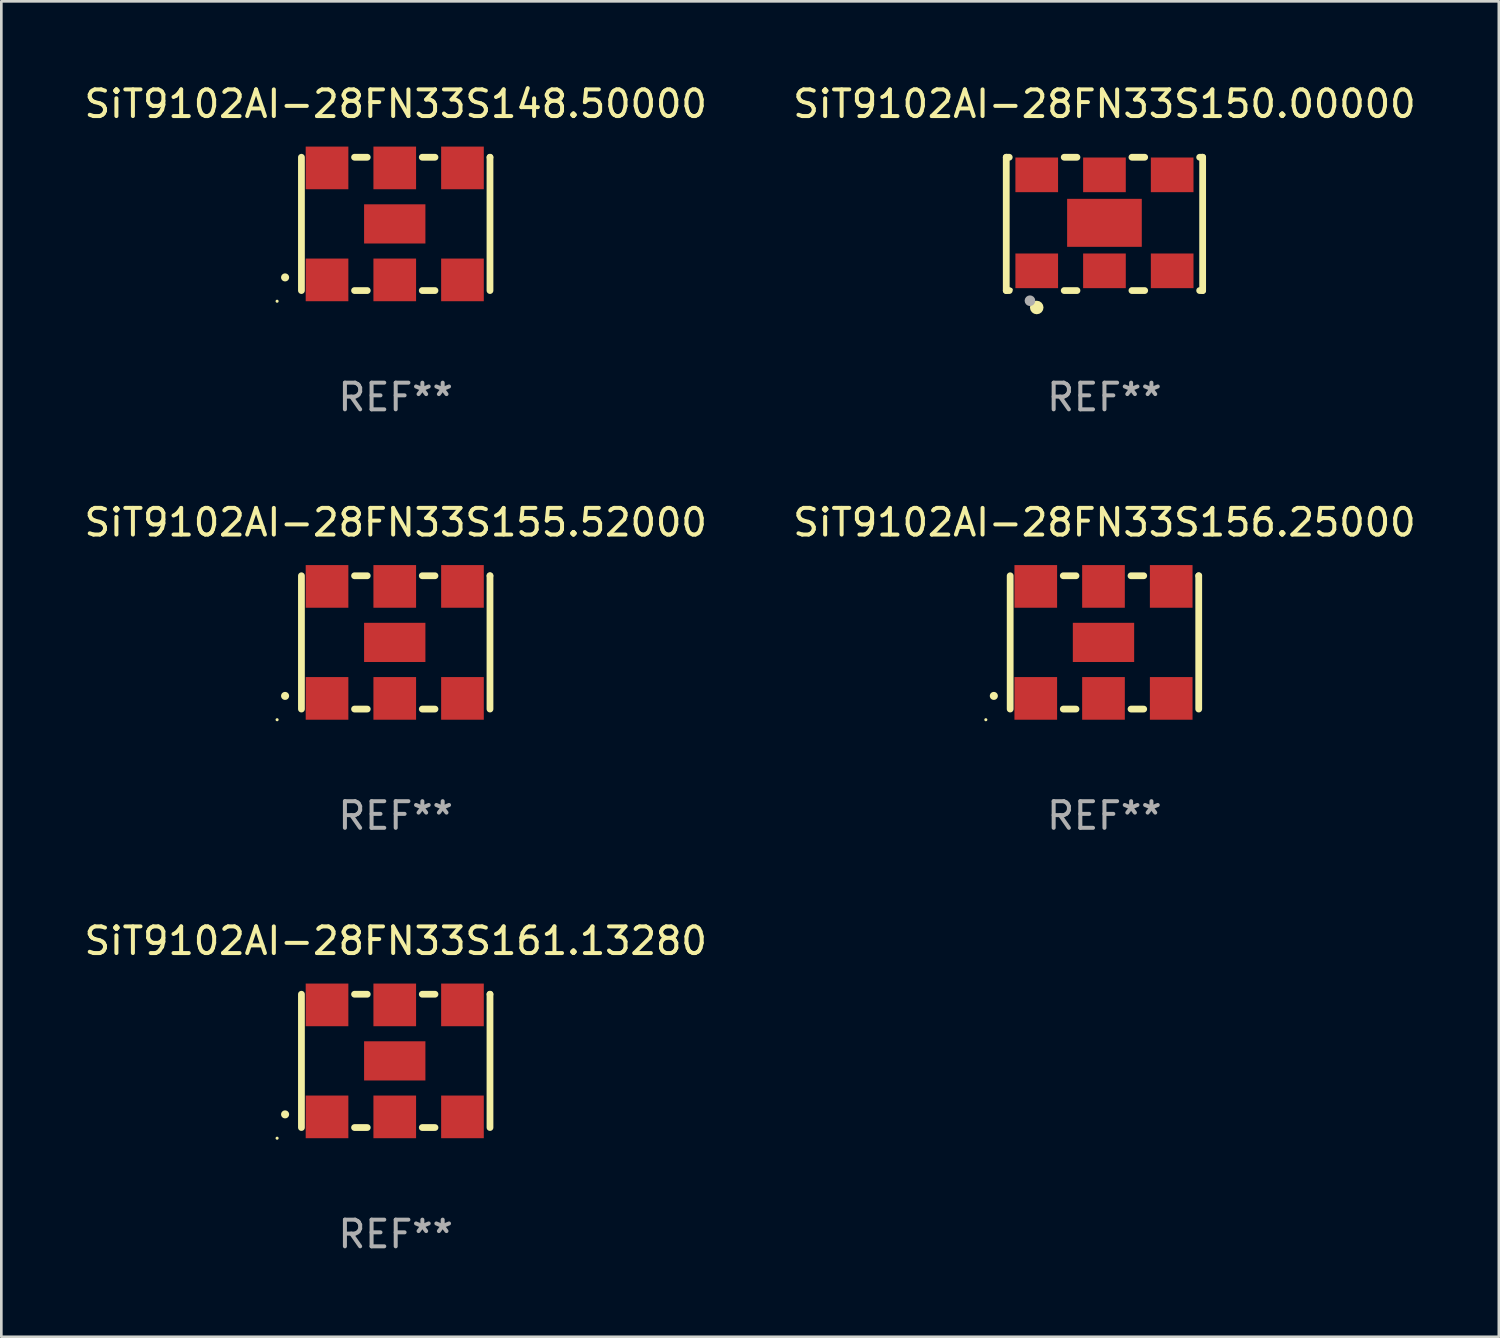
<source format=kicad_pcb>
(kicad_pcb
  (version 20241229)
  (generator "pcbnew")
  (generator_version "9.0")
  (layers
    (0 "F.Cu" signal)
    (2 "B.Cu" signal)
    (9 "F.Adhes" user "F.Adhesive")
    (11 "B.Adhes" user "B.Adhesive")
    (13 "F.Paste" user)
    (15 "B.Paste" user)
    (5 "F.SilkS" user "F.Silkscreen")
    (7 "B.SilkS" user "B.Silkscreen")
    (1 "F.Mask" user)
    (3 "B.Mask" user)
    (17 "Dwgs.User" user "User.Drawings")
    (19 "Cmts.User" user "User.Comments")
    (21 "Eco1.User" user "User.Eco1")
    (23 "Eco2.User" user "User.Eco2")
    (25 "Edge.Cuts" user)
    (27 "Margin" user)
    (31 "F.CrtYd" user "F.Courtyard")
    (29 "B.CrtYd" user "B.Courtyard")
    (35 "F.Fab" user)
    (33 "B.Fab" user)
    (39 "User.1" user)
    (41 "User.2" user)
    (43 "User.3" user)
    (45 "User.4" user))
  (footprint "SiT9102AI-28FN33S155.52000"
    (layer "F.Cu")
    (at 11.792 21.045)
    (property "Reference" "SiT9102AI-28FN33S155.52000" (at 0 -4.5 0) (layer "F.SilkS") (effects (font (size 1 1) (thickness 0.15))))
    (attr through_hole)
    (fp_line (start -3.536 -2.5) (end -3.536 2.5) (stroke (width 0.254) (type solid)) (layer "F.SilkS"))
    (fp_line (start -1.544 2.5) (end -1.067 2.5) (stroke (width 0.254) (type solid)) (layer "F.SilkS"))
    (fp_line (start -1.067 -2.5) (end -1.544 -2.5) (stroke (width 0.254) (type solid)) (layer "F.SilkS"))
    (fp_line (start 0.996 2.5) (end 1.473 2.5) (stroke (width 0.254) (type solid)) (layer "F.SilkS"))
    (fp_line (start 1.473 -2.5) (end 0.996 -2.5) (stroke (width 0.254) (type solid)) (layer "F.SilkS"))
    (fp_line (start 3.536 -2.5) (end 3.536 -2.5) (stroke (width 0.254) (type solid)) (layer "F.SilkS"))
    (fp_line (start 3.536 2.5) (end 3.536 -2.5) (stroke (width 0.254) (type solid)) (layer "F.SilkS"))
    (fp_arc (start -4.150432 2.006604) (mid -4.149162 2.006599) (end -4.147892 2.006604) (stroke (width 0.3) (type solid)) (layer "F.SilkS"))
    (fp_circle (center -4.449 2.9) (end -4.419 2.9) (stroke (width 0.06) (type solid)) (fill no) (layer "F.SilkS"))
    (fp_text user "REF**" (at 0 6.5 0) (layer "F.Fab") (effects (font (size 1 1) (thickness 0.15))))
    (pad "1" smd rect (at -2.576 2.1) (size 1.6 1.6) (layers "F.Cu" "F.Mask" "F.Paste"))
    (pad "2" smd rect (at -0.036 2.1) (size 1.6 1.6) (layers "F.Cu" "F.Mask" "F.Paste"))
    (pad "3" smd rect (at 2.504 2.1) (size 1.6 1.6) (layers "F.Cu" "F.Mask" "F.Paste"))
    (pad "4" smd rect (at 2.504 -2.1) (size 1.6 1.6) (layers "F.Cu" "F.Mask" "F.Paste"))
    (pad "5" smd rect (at -0.036 -2.1) (size 1.6 1.6) (layers "F.Cu" "F.Mask" "F.Paste"))
    (pad "6" smd rect (at -2.576 -2.1) (size 1.6 1.6) (layers "F.Cu" "F.Mask" "F.Paste"))
    (pad "7" smd rect (at -0.036 0) (size 2.3 1.47) (layers "F.Cu" "F.Mask" "F.Paste")))
  (footprint "SiT9102AI-28FN33S156.25000"
    (layer "F.Cu")
    (at 38.375 21.045)
    (property "Reference" "SiT9102AI-28FN33S156.25000" (at 0 -4.5 0) (layer "F.SilkS") (effects (font (size 1 1) (thickness 0.15))))
    (attr through_hole)
    (fp_line (start -3.536 -2.5) (end -3.536 2.5) (stroke (width 0.254) (type solid)) (layer "F.SilkS"))
    (fp_line (start -1.544 2.5) (end -1.067 2.5) (stroke (width 0.254) (type solid)) (layer "F.SilkS"))
    (fp_line (start -1.067 -2.5) (end -1.544 -2.5) (stroke (width 0.254) (type solid)) (layer "F.SilkS"))
    (fp_line (start 0.996 2.5) (end 1.473 2.5) (stroke (width 0.254) (type solid)) (layer "F.SilkS"))
    (fp_line (start 1.473 -2.5) (end 0.996 -2.5) (stroke (width 0.254) (type solid)) (layer "F.SilkS"))
    (fp_line (start 3.536 -2.5) (end 3.536 -2.5) (stroke (width 0.254) (type solid)) (layer "F.SilkS"))
    (fp_line (start 3.536 2.5) (end 3.536 -2.5) (stroke (width 0.254) (type solid)) (layer "F.SilkS"))
    (fp_arc (start -4.150432 2.006604) (mid -4.149162 2.006599) (end -4.147892 2.006604) (stroke (width 0.3) (type solid)) (layer "F.SilkS"))
    (fp_circle (center -4.449 2.9) (end -4.419 2.9) (stroke (width 0.06) (type solid)) (fill no) (layer "F.SilkS"))
    (fp_text user "REF**" (at 0 6.5 0) (layer "F.Fab") (effects (font (size 1 1) (thickness 0.15))))
    (pad "1" smd rect (at -2.576 2.1) (size 1.6 1.6) (layers "F.Cu" "F.Mask" "F.Paste"))
    (pad "2" smd rect (at -0.036 2.1) (size 1.6 1.6) (layers "F.Cu" "F.Mask" "F.Paste"))
    (pad "3" smd rect (at 2.504 2.1) (size 1.6 1.6) (layers "F.Cu" "F.Mask" "F.Paste"))
    (pad "4" smd rect (at 2.504 -2.1) (size 1.6 1.6) (layers "F.Cu" "F.Mask" "F.Paste"))
    (pad "5" smd rect (at -0.036 -2.1) (size 1.6 1.6) (layers "F.Cu" "F.Mask" "F.Paste"))
    (pad "6" smd rect (at -2.576 -2.1) (size 1.6 1.6) (layers "F.Cu" "F.Mask" "F.Paste"))
    (pad "7" smd rect (at -0.036 0) (size 2.3 1.47) (layers "F.Cu" "F.Mask" "F.Paste")))
  (footprint "SiT9102AI-28FN33S148.50000"
    (layer "F.Cu")
    (at 11.792 5.348)
    (property "Reference" "SiT9102AI-28FN33S148.50000" (at 0 -4.5 0) (layer "F.SilkS") (effects (font (size 1 1) (thickness 0.15))))
    (attr through_hole)
    (fp_line (start -3.536 -2.5) (end -3.536 2.5) (stroke (width 0.254) (type solid)) (layer "F.SilkS"))
    (fp_line (start -1.544 2.5) (end -1.067 2.5) (stroke (width 0.254) (type solid)) (layer "F.SilkS"))
    (fp_line (start -1.067 -2.5) (end -1.544 -2.5) (stroke (width 0.254) (type solid)) (layer "F.SilkS"))
    (fp_line (start 0.996 2.5) (end 1.473 2.5) (stroke (width 0.254) (type solid)) (layer "F.SilkS"))
    (fp_line (start 1.473 -2.5) (end 0.996 -2.5) (stroke (width 0.254) (type solid)) (layer "F.SilkS"))
    (fp_line (start 3.536 -2.5) (end 3.536 -2.5) (stroke (width 0.254) (type solid)) (layer "F.SilkS"))
    (fp_line (start 3.536 2.5) (end 3.536 -2.5) (stroke (width 0.254) (type solid)) (layer "F.SilkS"))
    (fp_arc (start -4.150432 2.006604) (mid -4.149162 2.006599) (end -4.147892 2.006604) (stroke (width 0.3) (type solid)) (layer "F.SilkS"))
    (fp_circle (center -4.449 2.9) (end -4.419 2.9) (stroke (width 0.06) (type solid)) (fill no) (layer "F.SilkS"))
    (fp_text user "REF**" (at 0 6.5 0) (layer "F.Fab") (effects (font (size 1 1) (thickness 0.15))))
    (pad "1" smd rect (at -2.576 2.1) (size 1.6 1.6) (layers "F.Cu" "F.Mask" "F.Paste"))
    (pad "2" smd rect (at -0.036 2.1) (size 1.6 1.6) (layers "F.Cu" "F.Mask" "F.Paste"))
    (pad "3" smd rect (at 2.504 2.1) (size 1.6 1.6) (layers "F.Cu" "F.Mask" "F.Paste"))
    (pad "4" smd rect (at 2.504 -2.1) (size 1.6 1.6) (layers "F.Cu" "F.Mask" "F.Paste"))
    (pad "5" smd rect (at -0.036 -2.1) (size 1.6 1.6) (layers "F.Cu" "F.Mask" "F.Paste"))
    (pad "6" smd rect (at -2.576 -2.1) (size 1.6 1.6) (layers "F.Cu" "F.Mask" "F.Paste"))
    (pad "7" smd rect (at -0.036 0) (size 2.3 1.47) (layers "F.Cu" "F.Mask" "F.Paste")))
  (footprint "SiT9102AI-28FN33S161.13280"
    (layer "F.Cu")
    (at 11.792 36.741)
    (property "Reference" "SiT9102AI-28FN33S161.13280" (at 0 -4.5 0) (layer "F.SilkS") (effects (font (size 1 1) (thickness 0.15))))
    (attr through_hole)
    (fp_line (start -3.536 -2.5) (end -3.536 2.5) (stroke (width 0.254) (type solid)) (layer "F.SilkS"))
    (fp_line (start -1.544 2.5) (end -1.067 2.5) (stroke (width 0.254) (type solid)) (layer "F.SilkS"))
    (fp_line (start -1.067 -2.5) (end -1.544 -2.5) (stroke (width 0.254) (type solid)) (layer "F.SilkS"))
    (fp_line (start 0.996 2.5) (end 1.473 2.5) (stroke (width 0.254) (type solid)) (layer "F.SilkS"))
    (fp_line (start 1.473 -2.5) (end 0.996 -2.5) (stroke (width 0.254) (type solid)) (layer "F.SilkS"))
    (fp_line (start 3.536 -2.5) (end 3.536 -2.5) (stroke (width 0.254) (type solid)) (layer "F.SilkS"))
    (fp_line (start 3.536 2.5) (end 3.536 -2.5) (stroke (width 0.254) (type solid)) (layer "F.SilkS"))
    (fp_arc (start -4.150432 2.006604) (mid -4.149162 2.006599) (end -4.147892 2.006604) (stroke (width 0.3) (type solid)) (layer "F.SilkS"))
    (fp_circle (center -4.449 2.9) (end -4.419 2.9) (stroke (width 0.06) (type solid)) (fill no) (layer "F.SilkS"))
    (fp_text user "REF**" (at 0 6.5 0) (layer "F.Fab") (effects (font (size 1 1) (thickness 0.15))))
    (pad "1" smd rect (at -2.576 2.1) (size 1.6 1.6) (layers "F.Cu" "F.Mask" "F.Paste"))
    (pad "2" smd rect (at -0.036 2.1) (size 1.6 1.6) (layers "F.Cu" "F.Mask" "F.Paste"))
    (pad "3" smd rect (at 2.504 2.1) (size 1.6 1.6) (layers "F.Cu" "F.Mask" "F.Paste"))
    (pad "4" smd rect (at 2.504 -2.1) (size 1.6 1.6) (layers "F.Cu" "F.Mask" "F.Paste"))
    (pad "5" smd rect (at -0.036 -2.1) (size 1.6 1.6) (layers "F.Cu" "F.Mask" "F.Paste"))
    (pad "6" smd rect (at -2.576 -2.1) (size 1.6 1.6) (layers "F.Cu" "F.Mask" "F.Paste"))
    (pad "7" smd rect (at -0.036 0) (size 2.3 1.47) (layers "F.Cu" "F.Mask" "F.Paste")))
  (footprint "SiT9102AI-28FN33S150.00000"
    (layer "F.Cu")
    (at 38.375 5.348)
    (property "Reference" "SiT9102AI-28FN33S150.00000" (at 0 -4.5 0) (layer "F.SilkS") (effects (font (size 1 1) (thickness 0.15))))
    (attr through_hole)
    (fp_line (start -3.683 -2.5) (end -3.571 -2.5) (stroke (width 0.254) (type solid)) (layer "F.SilkS"))
    (fp_line (start -3.683 2.5) (end -3.683 -2.5) (stroke (width 0.254) (type solid)) (layer "F.SilkS"))
    (fp_line (start -3.683 2.5) (end -3.571 2.5) (stroke (width 0.254) (type solid)) (layer "F.SilkS"))
    (fp_line (start -1.509 -2.5) (end -1.031 -2.5) (stroke (width 0.254) (type solid)) (layer "F.SilkS"))
    (fp_line (start -1.509 2.5) (end -1.031 2.5) (stroke (width 0.254) (type solid)) (layer "F.SilkS"))
    (fp_line (start 1.031 -2.5) (end 1.509 -2.5) (stroke (width 0.254) (type solid)) (layer "F.SilkS"))
    (fp_line (start 1.031 2.5) (end 1.509 2.5) (stroke (width 0.254) (type solid)) (layer "F.SilkS"))
    (fp_line (start 3.571 -2.5) (end 3.683 -2.5) (stroke (width 0.254) (type solid)) (layer "F.SilkS"))
    (fp_line (start 3.571 2.5) (end 3.683 2.5) (stroke (width 0.254) (type solid)) (layer "F.SilkS"))
    (fp_line (start 3.683 2.5) (end 3.683 -2.5) (stroke (width 0.254) (type solid)) (layer "F.SilkS"))
    (fp_circle (center -3.5 2.46) (end -3.47 2.46) (stroke (width 0.06) (type solid)) (fill no) (layer "F.SilkS"))
    (fp_circle (center -2.54 3.135) (end -2.413 3.135) (stroke (width 0.254) (type solid)) (fill no) (layer "F.SilkS"))
    (fp_circle (center -2.794 2.881) (end -2.694 2.881) (stroke (width 0.2) (type solid)) (fill no) (layer "F.Fab"))
    (fp_text user "REF**" (at 0 6.5 0) (layer "F.Fab") (effects (font (size 1 1) (thickness 0.15))))
    (pad "1" smd rect (at -2.54 1.76) (size 1.6 1.3) (layers "F.Cu" "F.Mask" "F.Paste"))
    (pad "2" smd rect (at 0 1.76) (size 1.6 1.3) (layers "F.Cu" "F.Mask" "F.Paste"))
    (pad "3" smd rect (at 2.54 1.76) (size 1.6 1.3) (layers "F.Cu" "F.Mask" "F.Paste"))
    (pad "4" smd rect (at 2.54 -1.84) (size 1.6 1.3) (layers "F.Cu" "F.Mask" "F.Paste"))
    (pad "5" smd rect (at 0 -1.84) (size 1.6 1.3) (layers "F.Cu" "F.Mask" "F.Paste"))
    (pad "6" smd rect (at -2.54 -1.84) (size 1.6 1.3) (layers "F.Cu" "F.Mask" "F.Paste"))
    (pad "7" smd rect (at 0 -0.04) (size 2.8 1.8) (layers "F.Cu" "F.Mask" "F.Paste")))
  (gr_rect
    (start -3 -3)
    (end 53.167 47.09)
    (stroke (width 0.1) (type default))
    (fill no)
    (layer "Edge.Cuts")))
</source>
